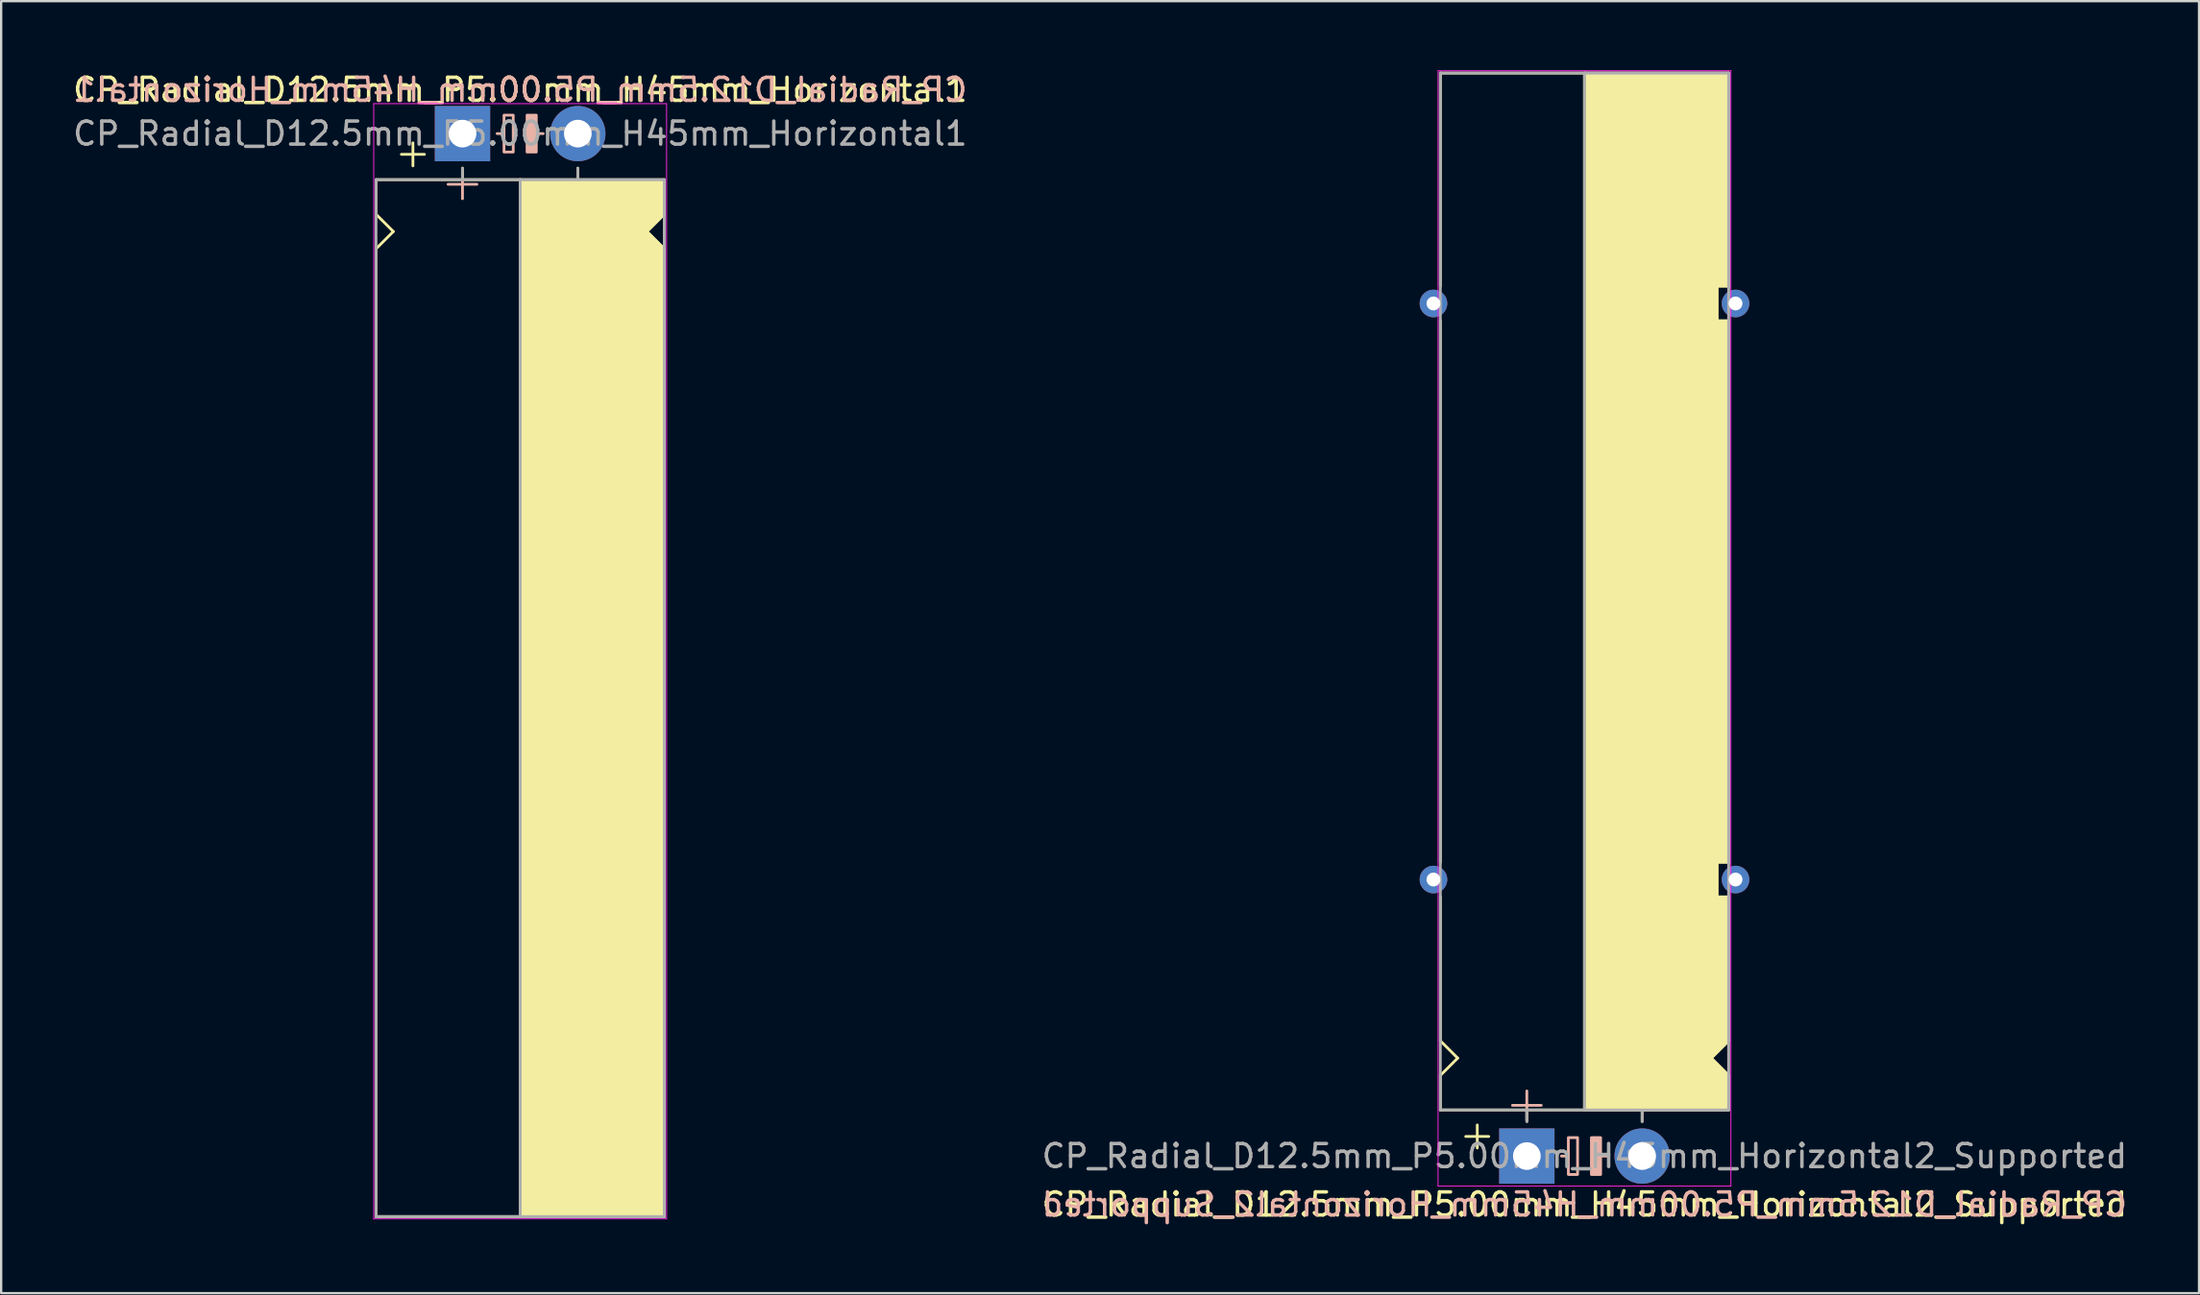
<source format=kicad_pcb>
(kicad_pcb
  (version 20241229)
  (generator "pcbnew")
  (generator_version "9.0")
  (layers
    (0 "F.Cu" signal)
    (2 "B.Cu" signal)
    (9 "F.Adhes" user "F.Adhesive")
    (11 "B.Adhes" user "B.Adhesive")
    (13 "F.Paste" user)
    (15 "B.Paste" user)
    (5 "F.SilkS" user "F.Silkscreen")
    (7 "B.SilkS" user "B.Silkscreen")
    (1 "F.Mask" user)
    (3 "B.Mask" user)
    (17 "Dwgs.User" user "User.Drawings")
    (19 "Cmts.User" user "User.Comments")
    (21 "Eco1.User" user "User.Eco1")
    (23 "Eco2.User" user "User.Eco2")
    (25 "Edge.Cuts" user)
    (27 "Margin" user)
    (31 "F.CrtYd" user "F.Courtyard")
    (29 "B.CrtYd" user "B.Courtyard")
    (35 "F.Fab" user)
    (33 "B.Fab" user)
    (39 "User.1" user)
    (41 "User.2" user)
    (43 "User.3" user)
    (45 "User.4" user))
  (footprint "CP_Radial_D12.5mm_P5.00mm_H45mm_Horizontal2_Supported"
    (layer "F.Cu")
    (at 63.161 47.12)
    (property "Reference" "CP_Radial_D12.5mm_P5.00mm_H45mm_Horizontal2_Supported" (at 2.5 2.1 180) (layer "F.SilkS") (effects (font (size 1 1) (thickness 0.15))))
    (fp_line (start -3.75 -47) (end -3.75 -37.75) (stroke (width 0.12) (type solid)) (layer "F.SilkS"))
    (fp_line (start -3.75 -12.75) (end -3.75 -36.25) (stroke (width 0.12) (type solid)) (layer "F.SilkS"))
    (fp_line (start -3.75 -5) (end -3.75 -11.25) (stroke (width 0.12) (type solid)) (layer "F.SilkS"))
    (fp_line (start -3.75 -3.5) (end -3 -4.25) (stroke (width 0.12) (type solid)) (layer "F.SilkS"))
    (fp_line (start -3.75 -2) (end -3.75 -3.5) (stroke (width 0.12) (type solid)) (layer "F.SilkS"))
    (fp_line (start -3 -4.25) (end -3.75 -5) (stroke (width 0.12) (type solid)) (layer "F.SilkS"))
    (fp_line (start -2.15 -1.35) (end -2.15 -0.35) (stroke (width 0.12) (type solid)) (layer "F.SilkS"))
    (fp_line (start -1.65 -0.85) (end -2.65 -0.85) (stroke (width 0.12) (type solid)) (layer "F.SilkS"))
    (fp_line (start 0 -1.5) (end 0 -2) (stroke (width 0.12) (type solid)) (layer "F.SilkS"))
    (fp_line (start 2.5 -2) (end -3.75 -2) (stroke (width 0.12) (type solid)) (layer "F.SilkS"))
    (fp_line (start 2.5 -2) (end 2.5 -47) (stroke (width 0.12) (type solid)) (layer "F.SilkS"))
    (fp_line (start 2.5 -2) (end 8.75 -2) (stroke (width 0.12) (type solid)) (layer "F.SilkS"))
    (fp_line (start 5 -1.5) (end 5 -2) (stroke (width 0.12) (type solid)) (layer "F.SilkS"))
    (fp_line (start 8 -4.25) (end 8.75 -5) (stroke (width 0.12) (type solid)) (layer "F.SilkS"))
    (fp_line (start 8.25 -37.75) (end 8.25 -36.25) (stroke (width 0.12) (type solid)) (layer "F.SilkS"))
    (fp_line (start 8.25 -36.25) (end 8.75 -36.25) (stroke (width 0.12) (type solid)) (layer "F.SilkS"))
    (fp_line (start 8.25 -12.75) (end 8.25 -11.25) (stroke (width 0.12) (type solid)) (layer "F.SilkS"))
    (fp_line (start 8.25 -11.25) (end 8.75 -11.25) (stroke (width 0.12) (type solid)) (layer "F.SilkS"))
    (fp_line (start 8.75 -47) (end -3.75 -47) (stroke (width 0.12) (type solid)) (layer "F.SilkS"))
    (fp_line (start 8.75 -47) (end 8.75 -37.75) (stroke (width 0.12) (type solid)) (layer "F.SilkS"))
    (fp_line (start 8.75 -37.75) (end 8.25 -37.75) (stroke (width 0.12) (type solid)) (layer "F.SilkS"))
    (fp_line (start 8.75 -12.75) (end 8.25 -12.75) (stroke (width 0.12) (type solid)) (layer "F.SilkS"))
    (fp_line (start 8.75 -12.75) (end 8.75 -36.25) (stroke (width 0.12) (type solid)) (layer "F.SilkS"))
    (fp_line (start 8.75 -5) (end 8.75 -11.25) (stroke (width 0.12) (type solid)) (layer "F.SilkS"))
    (fp_line (start 8.75 -3.5) (end 8 -4.25) (stroke (width 0.12) (type solid)) (layer "F.SilkS"))
    (fp_line (start 8.75 -2) (end 8.75 -3.5) (stroke (width 0.12) (type solid)) (layer "F.SilkS"))
    (fp_poly (pts (xy 8.75 -3.5) (xy 8 -4.25) (xy 8.75 -5) (xy 8.75 -11.25) (xy 8.25 -11.25) (xy 8.25 -12.75) (xy 8.75 -12.75) (xy 8.75 -36.25) (xy 8.25 -36.25) (xy 8.25 -37.75) (xy 8.75 -37.75) (xy 8.75 -47) (xy 2.5 -47) (xy 2.5 -2) (xy 8.75 -2)) (stroke (width 0.1) (type solid)) (fill yes) (layer "F.SilkS"))
    (fp_line (start 0 -2.825) (end 0 -1.575) (stroke (width 0.12) (type solid)) (layer "B.SilkS"))
    (fp_line (start 0.625 -2.2) (end -0.625 -2.2) (stroke (width 0.12) (type solid)) (layer "B.SilkS"))
    (fp_line (start 1.8 0) (end 1.5 0) (stroke (width 0.12) (type solid)) (layer "B.SilkS"))
    (fp_line (start 3.5 0) (end 3.2 0) (stroke (width 0.12) (type solid)) (layer "B.SilkS"))
    (fp_rect (start 2.2 -0.8) (end 1.8 0.8) (stroke (width 0.12) (type solid)) (fill no) (layer "B.SilkS"))
    (fp_rect (start 3.2 -0.8) (end 2.8 0.8) (stroke (width 0.12) (type solid)) (fill yes) (layer "B.SilkS"))
    (fp_line (start -3.85 -47.1) (end -3.85 1.3) (stroke (width 0.04) (type solid)) (layer "F.CrtYd"))
    (fp_line (start 8.85 -47.1) (end -3.85 -47.1) (stroke (width 0.04) (type solid)) (layer "F.CrtYd"))
    (fp_line (start 8.85 1.3) (end -3.85 1.3) (stroke (width 0.04) (type solid)) (layer "F.CrtYd"))
    (fp_line (start 8.85 1.3) (end 8.85 -47.1) (stroke (width 0.04) (type solid)) (layer "F.CrtYd"))
    (fp_line (start -3.75 -47) (end 8.75 -47) (stroke (width 0.12) (type solid)) (layer "F.Fab"))
    (fp_line (start -3.75 -2) (end -3.75 -47) (stroke (width 0.12) (type solid)) (layer "F.Fab"))
    (fp_line (start 0 -2) (end -3.75 -2) (stroke (width 0.12) (type solid)) (layer "F.Fab"))
    (fp_line (start 0 -1.5) (end 0 -2) (stroke (width 0.12) (type solid)) (layer "F.Fab"))
    (fp_line (start 2.5 -2) (end 2.5 -47) (stroke (width 0.12) (type solid)) (layer "F.Fab"))
    (fp_line (start 5 -2) (end 5 -1.5) (stroke (width 0.12) (type solid)) (layer "F.Fab"))
    (fp_line (start 8.75 -47) (end 8.75 -2) (stroke (width 0.12) (type solid)) (layer "F.Fab"))
    (fp_line (start 8.75 -2) (end 0 -2) (stroke (width 0.12) (type solid)) (layer "F.Fab"))
    (fp_poly (pts (xy 8.75 -47) (xy 2.5 -47) (xy 2.5 -2) (xy 8.75 -2)) (stroke (width 0.1) (type solid)) (fill no) (layer "F.Fab"))
    (fp_text user "${REFERENCE}" (at 2.5 2.1 0) (layer "B.SilkS") (effects (font (size 1 1) (thickness 0.15)) (justify mirror)))
    (fp_text user "${REFERENCE}" (at 2.5 0 0) (layer "F.Fab") (effects (font (size 1 1) (thickness 0.15))))
    (pad "1" thru_hole rect (at 0 0) (size 2.4 2.4) (drill 1.2) (layers "*.Cu" "*.Mask"))
    (pad "2" thru_hole circle (at 5 0) (size 2.4 2.4) (drill 1.2) (layers "*.Cu" "*.Mask"))
    (pad "~" thru_hole circle (at -4.05 -37 180) (size 1.2 1.2) (drill 0.6) (layers "*.Cu" "*.Mask"))
    (pad "~" thru_hole circle (at -4.05 -12 180) (size 1.2 1.2) (drill 0.6) (layers "*.Cu" "*.Mask"))
    (pad "~" thru_hole circle (at 9.05 -37 180) (size 1.2 1.2) (drill 0.6) (layers "*.Cu" "*.Mask"))
    (pad "~" thru_hole circle (at 9.05 -12 180) (size 1.2 1.2) (drill 0.6) (layers "*.Cu" "*.Mask")))
  (footprint "CP_Radial_D12.5mm_P5.00mm_H45mm_Horizontal1"
    (layer "F.Cu")
    (at 17.006 2.748)
    (property "Reference" "CP_Radial_D12.5mm_P5.00mm_H45mm_Horizontal1" (at 2.5 -1.9 180) (layer "F.SilkS") (effects (font (size 1 1) (thickness 0.15))))
    (fp_line (start -3.75 2) (end -3.75 3.5) (stroke (width 0.12) (type solid)) (layer "F.SilkS"))
    (fp_line (start -3.75 3.5) (end -3 4.25) (stroke (width 0.12) (type solid)) (layer "F.SilkS"))
    (fp_line (start -3.75 5) (end -3.75 47) (stroke (width 0.12) (type solid)) (layer "F.SilkS"))
    (fp_line (start -3 4.25) (end -3.75 5) (stroke (width 0.12) (type solid)) (layer "F.SilkS"))
    (fp_line (start -2.15 0.4) (end -2.15 1.4) (stroke (width 0.12) (type solid)) (layer "F.SilkS"))
    (fp_line (start -1.65 0.9) (end -2.65 0.9) (stroke (width 0.12) (type solid)) (layer "F.SilkS"))
    (fp_line (start 0 1.5) (end 0 2) (stroke (width 0.12) (type solid)) (layer "F.SilkS"))
    (fp_line (start 2.5 2) (end -3.75 2) (stroke (width 0.12) (type solid)) (layer "F.SilkS"))
    (fp_line (start 2.5 2) (end 2.5 47) (stroke (width 0.12) (type solid)) (layer "F.SilkS"))
    (fp_line (start 2.5 2) (end 8.75 2) (stroke (width 0.12) (type solid)) (layer "F.SilkS"))
    (fp_line (start 5 1.5) (end 5 2) (stroke (width 0.12) (type solid)) (layer "F.SilkS"))
    (fp_line (start 8 4.25) (end 8.75 5) (stroke (width 0.12) (type solid)) (layer "F.SilkS"))
    (fp_line (start 8.75 2) (end 8.75 3.5) (stroke (width 0.12) (type solid)) (layer "F.SilkS"))
    (fp_line (start 8.75 3.5) (end 8 4.25) (stroke (width 0.12) (type solid)) (layer "F.SilkS"))
    (fp_line (start 8.75 5) (end 8.75 47) (stroke (width 0.12) (type solid)) (layer "F.SilkS"))
    (fp_line (start 8.75 47) (end -3.75 47) (stroke (width 0.12) (type solid)) (layer "F.SilkS"))
    (fp_poly (pts (xy 8.75 3.5) (xy 8 4.25) (xy 8.75 5) (xy 8.75 47) (xy 2.5 47) (xy 2.5 2) (xy 8.75 2)) (stroke (width 0.1) (type solid)) (fill yes) (layer "F.SilkS"))
    (fp_line (start 0 1.575) (end 0 2.825) (stroke (width 0.12) (type solid)) (layer "B.SilkS"))
    (fp_line (start 0.625 2.2) (end -0.625 2.2) (stroke (width 0.12) (type solid)) (layer "B.SilkS"))
    (fp_line (start 1.8 0) (end 1.5 0) (stroke (width 0.12) (type solid)) (layer "B.SilkS"))
    (fp_line (start 3.5 0) (end 3.2 0) (stroke (width 0.12) (type solid)) (layer "B.SilkS"))
    (fp_rect (start 2.2 -0.8) (end 1.8 0.8) (stroke (width 0.12) (type solid)) (fill no) (layer "B.SilkS"))
    (fp_rect (start 3.2 -0.8) (end 2.8 0.8) (stroke (width 0.12) (type solid)) (fill yes) (layer "B.SilkS"))
    (fp_line (start -3.85 -1.3) (end 8.85 -1.3) (stroke (width 0.04) (type solid)) (layer "F.CrtYd"))
    (fp_line (start -3.85 47.1) (end -3.85 -1.3) (stroke (width 0.04) (type solid)) (layer "F.CrtYd"))
    (fp_line (start 8.85 -1.3) (end 8.85 47.1) (stroke (width 0.04) (type solid)) (layer "F.CrtYd"))
    (fp_line (start 8.85 47.1) (end -3.85 47.1) (stroke (width 0.04) (type solid)) (layer "F.CrtYd"))
    (fp_line (start -3.75 2) (end -3.75 47) (stroke (width 0.12) (type solid)) (layer "F.Fab"))
    (fp_line (start -3.75 47) (end 8.75 47) (stroke (width 0.12) (type solid)) (layer "F.Fab"))
    (fp_line (start 0 1.5) (end 0 2) (stroke (width 0.12) (type solid)) (layer "F.Fab"))
    (fp_line (start 0 2) (end -3.75 2) (stroke (width 0.12) (type solid)) (layer "F.Fab"))
    (fp_line (start 2.5 2) (end 2.5 47) (stroke (width 0.12) (type solid)) (layer "F.Fab"))
    (fp_line (start 5 2) (end 5 1.5) (stroke (width 0.12) (type solid)) (layer "F.Fab"))
    (fp_line (start 8.75 2) (end 0 2) (stroke (width 0.12) (type solid)) (layer "F.Fab"))
    (fp_line (start 8.75 47) (end 8.75 2) (stroke (width 0.12) (type solid)) (layer "F.Fab"))
    (fp_poly (pts (xy 8.75 47) (xy 2.5 47) (xy 2.5 2) (xy 8.75 2)) (stroke (width 0.1) (type solid)) (fill no) (layer "F.Fab"))
    (fp_text user "${REFERENCE}" (at 2.5 -1.9 0) (layer "B.SilkS") (effects (font (size 1 1) (thickness 0.15)) (justify mirror)))
    (fp_text user "${REFERENCE}" (at 2.5 0 0) (layer "F.Fab") (effects (font (size 1 1) (thickness 0.15))))
    (pad "1" thru_hole rect (at 0 0) (size 2.4 2.4) (drill 1.2) (layers "*.Cu" "*.Mask"))
    (pad "2" thru_hole circle (at 5 0) (size 2.4 2.4) (drill 1.2) (layers "*.Cu" "*.Mask")))
  (gr_rect
    (start -3 -3)
    (end 92.31 53.068)
    (stroke (width 0.1) (type default))
    (fill no)
    (layer "Edge.Cuts")))
</source>
